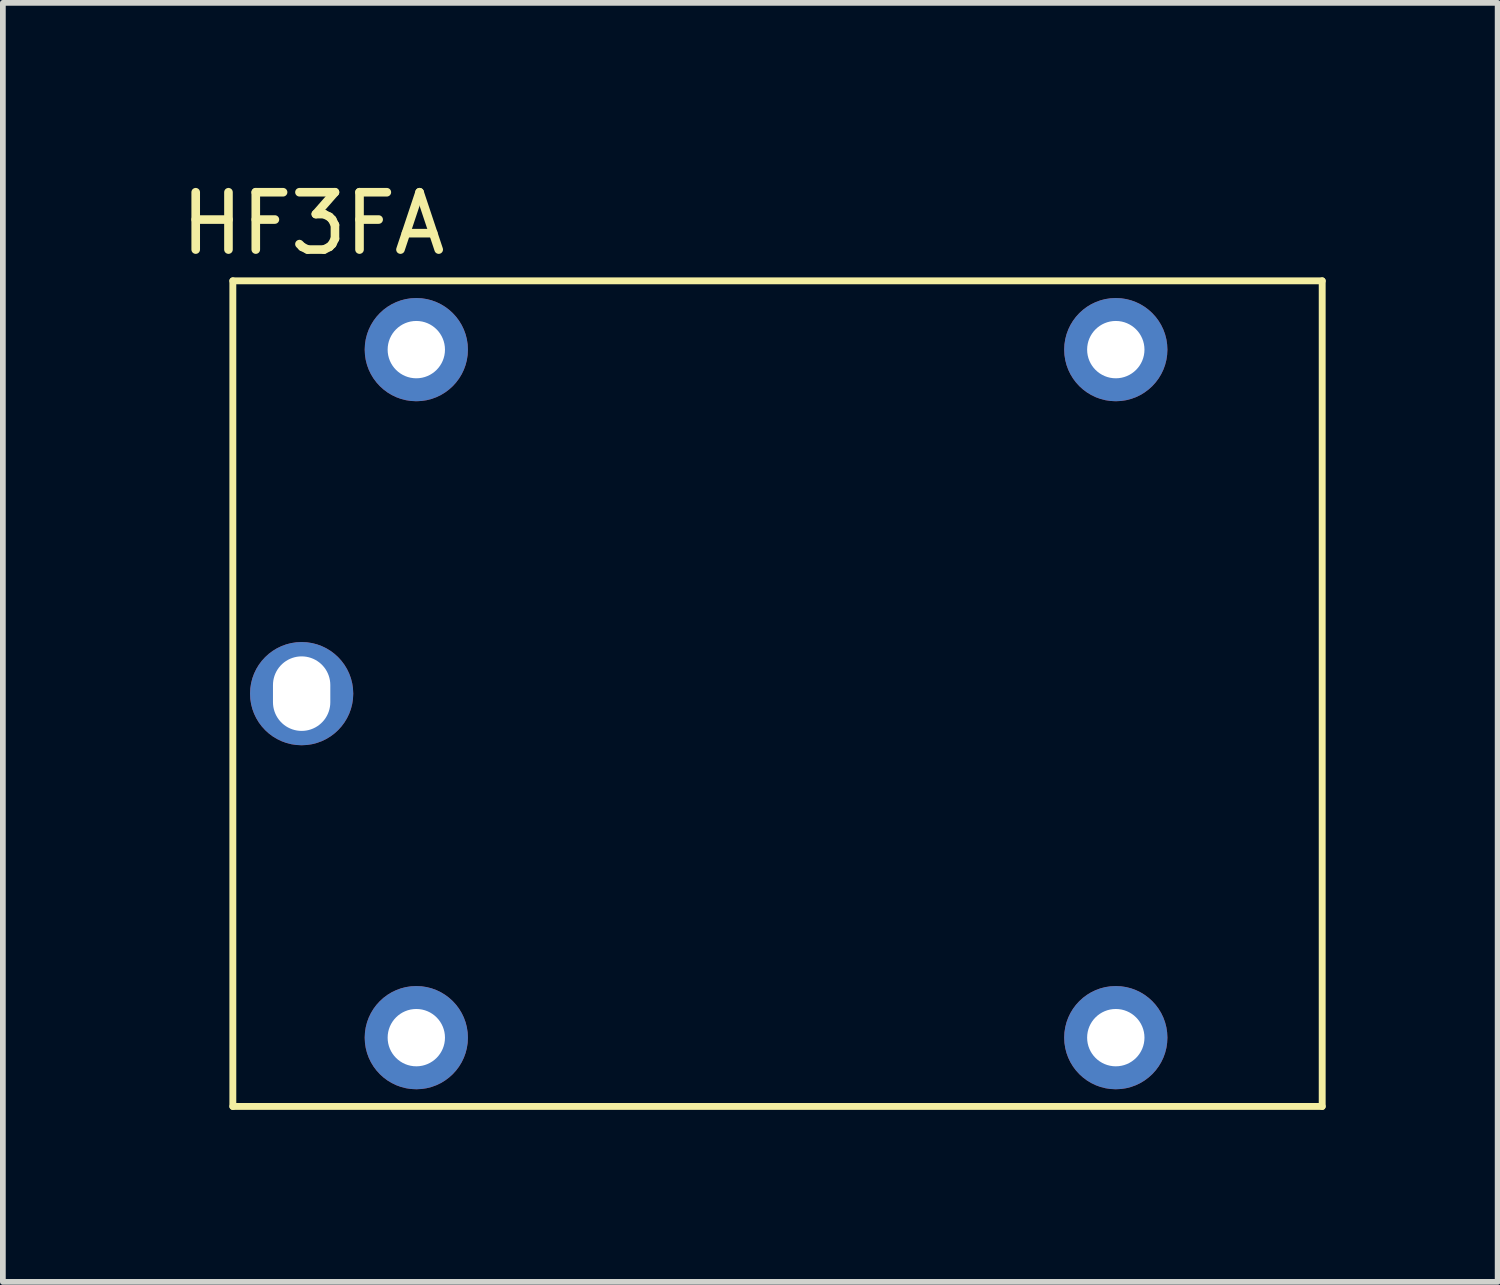
<source format=kicad_pcb>
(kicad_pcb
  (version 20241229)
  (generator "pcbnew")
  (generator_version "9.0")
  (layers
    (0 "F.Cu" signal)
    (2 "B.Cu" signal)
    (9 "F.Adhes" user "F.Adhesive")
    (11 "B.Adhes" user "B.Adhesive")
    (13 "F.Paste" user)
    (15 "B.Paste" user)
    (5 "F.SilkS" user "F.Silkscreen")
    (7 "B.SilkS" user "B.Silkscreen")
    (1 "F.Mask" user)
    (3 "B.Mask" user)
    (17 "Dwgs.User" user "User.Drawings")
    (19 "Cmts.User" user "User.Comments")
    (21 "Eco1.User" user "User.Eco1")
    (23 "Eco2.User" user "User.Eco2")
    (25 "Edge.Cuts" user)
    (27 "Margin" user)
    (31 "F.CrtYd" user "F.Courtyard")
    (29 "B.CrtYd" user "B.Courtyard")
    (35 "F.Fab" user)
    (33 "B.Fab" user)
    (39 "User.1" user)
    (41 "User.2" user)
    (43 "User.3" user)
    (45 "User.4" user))
  (footprint "HF3FA"
    (layer "F.Cu")
    (at 2.211 9.048)
    (property "Reference" "HF3FA" (at 0.2 -8.2 0) (layer "F.SilkS") (effects (font (size 1 1) (thickness 0.15))))
    (attr through_hole)
    (fp_line (start -1.2 -7.2) (end 17.8 -7.2) (stroke (width 0.12) (type solid)) (layer "F.SilkS"))
    (fp_line (start -1.2 7.2) (end -1.2 -7.2) (stroke (width 0.12) (type solid)) (layer "F.SilkS"))
    (fp_line (start 17.8 -7.2) (end 17.8 7.2) (stroke (width 0.12) (type solid)) (layer "F.SilkS"))
    (fp_line (start 17.8 7.2) (end -1.2 7.2) (stroke (width 0.12) (type solid)) (layer "F.SilkS"))
    (pad "1" thru_hole circle (at 2 -6) (size 1.8 1.8) (drill 1) (layers "*.Cu" "*.Mask"))
    (pad "2" thru_hole circle (at 2 6) (size 1.8 1.8) (drill 1) (layers "*.Cu" "*.Mask"))
    (pad "3" thru_hole circle (at 0 0) (size 1.8 1.8) (drill oval 1 1.3) (layers "*.Cu" "*.Mask"))
    (pad "4" thru_hole circle (at 14.2 6) (size 1.8 1.8) (drill 1) (layers "*.Cu" "*.Mask"))
    (pad "5" thru_hole circle (at 14.2 -6) (size 1.8 1.8) (drill 1) (layers "*.Cu" "*.Mask")))
  (gr_rect
    (start -3 -3)
    (end 23.071 19.308)
    (stroke (width 0.1) (type default))
    (fill no)
    (layer "Edge.Cuts")))
</source>
